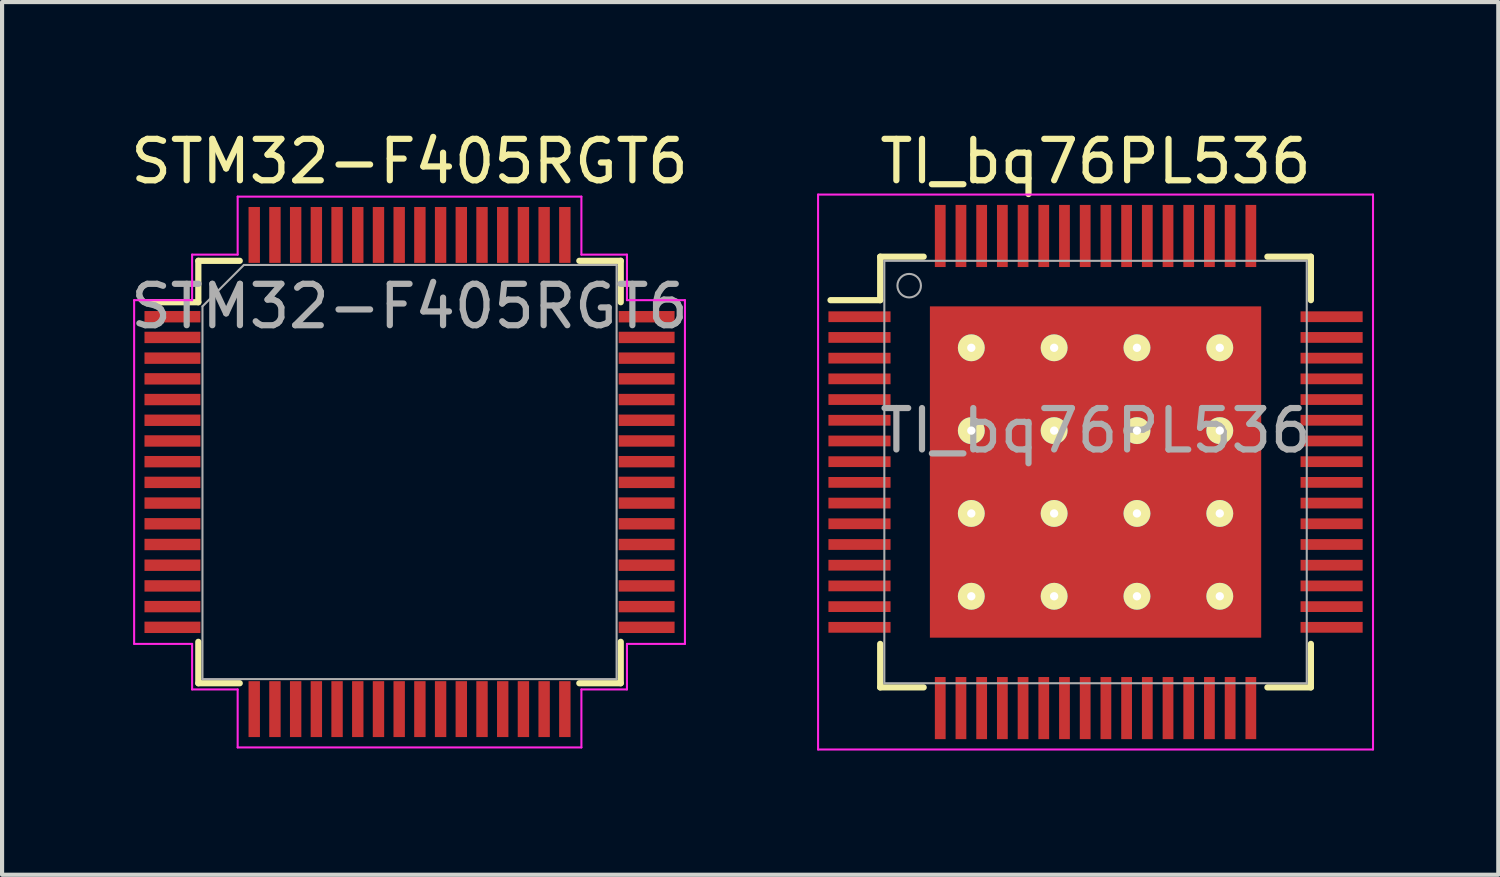
<source format=kicad_pcb>
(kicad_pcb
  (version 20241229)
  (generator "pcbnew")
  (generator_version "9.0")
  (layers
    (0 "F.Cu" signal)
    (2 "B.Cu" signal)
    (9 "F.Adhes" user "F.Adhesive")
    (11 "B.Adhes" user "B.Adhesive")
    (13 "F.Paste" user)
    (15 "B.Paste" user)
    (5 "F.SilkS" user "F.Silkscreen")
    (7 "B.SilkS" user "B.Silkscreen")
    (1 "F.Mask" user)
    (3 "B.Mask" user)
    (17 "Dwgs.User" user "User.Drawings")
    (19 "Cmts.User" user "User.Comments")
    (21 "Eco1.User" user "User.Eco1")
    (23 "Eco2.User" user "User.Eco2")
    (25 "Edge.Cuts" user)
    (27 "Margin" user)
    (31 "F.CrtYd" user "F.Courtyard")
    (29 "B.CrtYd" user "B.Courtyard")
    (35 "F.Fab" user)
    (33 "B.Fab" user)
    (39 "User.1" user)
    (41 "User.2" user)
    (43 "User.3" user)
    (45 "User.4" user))
  (footprint "STM32-F405RGT6"
    (layer "F.Cu")
    (at 6.839 8.348)
    (property "Reference" "STM32-F405RGT6" (at 0 -4 0) (layer "F.Fab") (effects (font (size 1 1) (thickness 0.15))))
    (attr through_hole)
    (fp_line (start -5.1 -5.1) (end -5.1 -4.1) (stroke (width 0.15) (type solid)) (layer "F.SilkS"))
    (fp_line (start -5.1 -4.1) (end -6.4 -4.1) (stroke (width 0.15) (type solid)) (layer "F.SilkS"))
    (fp_line (start -5.1 5.1) (end -5.1 4.1) (stroke (width 0.15) (type solid)) (layer "F.SilkS"))
    (fp_line (start -4.1 -5.1) (end -5.1 -5.1) (stroke (width 0.15) (type solid)) (layer "F.SilkS"))
    (fp_line (start -4.1 5.1) (end -5.1 5.1) (stroke (width 0.15) (type solid)) (layer "F.SilkS"))
    (fp_line (start 4.1 -5.1) (end 5.1 -5.1) (stroke (width 0.15) (type solid)) (layer "F.SilkS"))
    (fp_line (start 5.1 -5.1) (end 5.1 -4.1) (stroke (width 0.15) (type solid)) (layer "F.SilkS"))
    (fp_line (start 5.1 4.1) (end 5.1 5.1) (stroke (width 0.15) (type solid)) (layer "F.SilkS"))
    (fp_line (start 5.1 5.1) (end 4.1 5.1) (stroke (width 0.15) (type solid)) (layer "F.SilkS"))
    (fp_line (start -6.65 -4.15) (end -5.25 -4.15) (stroke (width 0.05) (type solid)) (layer "F.CrtYd"))
    (fp_line (start -6.65 4.15) (end -6.65 -4.15) (stroke (width 0.05) (type solid)) (layer "F.CrtYd"))
    (fp_line (start -5.25 -5.25) (end -4.15 -5.25) (stroke (width 0.05) (type solid)) (layer "F.CrtYd"))
    (fp_line (start -5.25 -4.15) (end -5.25 -5.25) (stroke (width 0.05) (type solid)) (layer "F.CrtYd"))
    (fp_line (start -5.25 4.15) (end -6.65 4.15) (stroke (width 0.05) (type solid)) (layer "F.CrtYd"))
    (fp_line (start -5.25 5.25) (end -5.25 4.15) (stroke (width 0.05) (type solid)) (layer "F.CrtYd"))
    (fp_line (start -4.15 -6.65) (end 4.15 -6.65) (stroke (width 0.05) (type solid)) (layer "F.CrtYd"))
    (fp_line (start -4.15 -5.25) (end -4.15 -6.65) (stroke (width 0.05) (type solid)) (layer "F.CrtYd"))
    (fp_line (start -4.15 5.25) (end -5.25 5.25) (stroke (width 0.05) (type solid)) (layer "F.CrtYd"))
    (fp_line (start -4.15 6.65) (end -4.15 5.25) (stroke (width 0.05) (type solid)) (layer "F.CrtYd"))
    (fp_line (start 4.15 -6.65) (end 4.15 -5.25) (stroke (width 0.05) (type solid)) (layer "F.CrtYd"))
    (fp_line (start 4.15 -5.25) (end 5.25 -5.25) (stroke (width 0.05) (type solid)) (layer "F.CrtYd"))
    (fp_line (start 4.15 5.25) (end 4.15 6.65) (stroke (width 0.05) (type solid)) (layer "F.CrtYd"))
    (fp_line (start 4.15 6.65) (end -4.15 6.65) (stroke (width 0.05) (type solid)) (layer "F.CrtYd"))
    (fp_line (start 5.25 -5.25) (end 5.25 -4.15) (stroke (width 0.05) (type solid)) (layer "F.CrtYd"))
    (fp_line (start 5.25 -4.15) (end 6.65 -4.15) (stroke (width 0.05) (type solid)) (layer "F.CrtYd"))
    (fp_line (start 5.25 4.15) (end 5.25 5.25) (stroke (width 0.05) (type solid)) (layer "F.CrtYd"))
    (fp_line (start 5.25 5.25) (end 4.15 5.25) (stroke (width 0.05) (type solid)) (layer "F.CrtYd"))
    (fp_line (start 6.65 -4.15) (end 6.65 4.15) (stroke (width 0.05) (type solid)) (layer "F.CrtYd"))
    (fp_line (start 6.65 4.15) (end 5.25 4.15) (stroke (width 0.05) (type solid)) (layer "F.CrtYd"))
    (fp_line (start -5 -4) (end -5 5) (stroke (width 0.05) (type solid)) (layer "F.Fab"))
    (fp_line (start -5 5) (end 5 5) (stroke (width 0.05) (type solid)) (layer "F.Fab"))
    (fp_line (start -4 -5) (end -5 -4) (stroke (width 0.05) (type solid)) (layer "F.Fab"))
    (fp_line (start 5 -5) (end -4 -5) (stroke (width 0.05) (type solid)) (layer "F.Fab"))
    (fp_line (start 5 5) (end 5 -5) (stroke (width 0.05) (type solid)) (layer "F.Fab"))
    (fp_text user "${REFERENCE}" (at 0 -7.5 0) (layer "F.SilkS") (effects (font (size 1 1) (thickness 0.15))))
    (pad "1" smd rect (at -5.725 -3.75) (size 1.35 0.275) (layers "F.Cu" "F.Mask" "F.Paste"))
    (pad "2" smd rect (at -5.725 -3.25) (size 1.35 0.275) (layers "F.Cu" "F.Mask" "F.Paste"))
    (pad "3" smd rect (at -5.725 -2.75) (size 1.35 0.275) (layers "F.Cu" "F.Mask" "F.Paste"))
    (pad "4" smd rect (at -5.725 -2.25) (size 1.35 0.275) (layers "F.Cu" "F.Mask" "F.Paste"))
    (pad "5" smd rect (at -5.725 -1.75) (size 1.35 0.275) (layers "F.Cu" "F.Mask" "F.Paste"))
    (pad "6" smd rect (at -5.725 -1.25) (size 1.35 0.275) (layers "F.Cu" "F.Mask" "F.Paste"))
    (pad "7" smd rect (at -5.725 -0.75) (size 1.35 0.275) (layers "F.Cu" "F.Mask" "F.Paste"))
    (pad "8" smd rect (at -5.725 -0.25) (size 1.35 0.275) (layers "F.Cu" "F.Mask" "F.Paste"))
    (pad "9" smd rect (at -5.725 0.25) (size 1.35 0.275) (layers "F.Cu" "F.Mask" "F.Paste"))
    (pad "10" smd rect (at -5.725 0.75) (size 1.35 0.275) (layers "F.Cu" "F.Mask" "F.Paste"))
    (pad "11" smd rect (at -5.725 1.25) (size 1.35 0.275) (layers "F.Cu" "F.Mask" "F.Paste"))
    (pad "12" smd rect (at -5.725 1.75) (size 1.35 0.275) (layers "F.Cu" "F.Mask" "F.Paste"))
    (pad "13" smd rect (at -5.725 2.25) (size 1.35 0.275) (layers "F.Cu" "F.Mask" "F.Paste"))
    (pad "14" smd rect (at -5.725 2.75) (size 1.35 0.275) (layers "F.Cu" "F.Mask" "F.Paste"))
    (pad "15" smd rect (at -5.725 3.25) (size 1.35 0.275) (layers "F.Cu" "F.Mask" "F.Paste"))
    (pad "16" smd rect (at -5.725 3.75) (size 1.35 0.275) (layers "F.Cu" "F.Mask" "F.Paste"))
    (pad "17" smd rect (at -3.75 5.725 90) (size 1.35 0.275) (layers "F.Cu" "F.Mask" "F.Paste"))
    (pad "18" smd rect (at -3.25 5.725 90) (size 1.35 0.275) (layers "F.Cu" "F.Mask" "F.Paste"))
    (pad "19" smd rect (at -2.75 5.725 90) (size 1.35 0.275) (layers "F.Cu" "F.Mask" "F.Paste"))
    (pad "20" smd rect (at -2.25 5.725 90) (size 1.35 0.275) (layers "F.Cu" "F.Mask" "F.Paste"))
    (pad "21" smd rect (at -1.75 5.725 90) (size 1.35 0.275) (layers "F.Cu" "F.Mask" "F.Paste"))
    (pad "22" smd rect (at -1.25 5.725 90) (size 1.35 0.275) (layers "F.Cu" "F.Mask" "F.Paste"))
    (pad "23" smd rect (at -0.75 5.725 90) (size 1.35 0.275) (layers "F.Cu" "F.Mask" "F.Paste"))
    (pad "24" smd rect (at -0.25 5.725 90) (size 1.35 0.275) (layers "F.Cu" "F.Mask" "F.Paste"))
    (pad "25" smd rect (at 0.25 5.725 90) (size 1.35 0.275) (layers "F.Cu" "F.Mask" "F.Paste"))
    (pad "26" smd rect (at 0.75 5.725 90) (size 1.35 0.275) (layers "F.Cu" "F.Mask" "F.Paste"))
    (pad "27" smd rect (at 1.25 5.725 90) (size 1.35 0.275) (layers "F.Cu" "F.Mask" "F.Paste"))
    (pad "28" smd rect (at 1.75 5.725 90) (size 1.35 0.275) (layers "F.Cu" "F.Mask" "F.Paste"))
    (pad "29" smd rect (at 2.25 5.725 90) (size 1.35 0.275) (layers "F.Cu" "F.Mask" "F.Paste"))
    (pad "30" smd rect (at 2.75 5.725 90) (size 1.35 0.275) (layers "F.Cu" "F.Mask" "F.Paste"))
    (pad "31" smd rect (at 3.25 5.725 90) (size 1.35 0.275) (layers "F.Cu" "F.Mask" "F.Paste"))
    (pad "32" smd rect (at 3.75 5.725 90) (size 1.35 0.275) (layers "F.Cu" "F.Mask" "F.Paste"))
    (pad "33" smd rect (at 5.725 3.75) (size 1.35 0.275) (layers "F.Cu" "F.Mask" "F.Paste"))
    (pad "34" smd rect (at 5.725 3.25) (size 1.35 0.275) (layers "F.Cu" "F.Mask" "F.Paste"))
    (pad "35" smd rect (at 5.725 2.75) (size 1.35 0.275) (layers "F.Cu" "F.Mask" "F.Paste"))
    (pad "36" smd rect (at 5.725 2.25) (size 1.35 0.275) (layers "F.Cu" "F.Mask" "F.Paste"))
    (pad "37" smd rect (at 5.725 1.75) (size 1.35 0.275) (layers "F.Cu" "F.Mask" "F.Paste"))
    (pad "38" smd rect (at 5.725 1.25) (size 1.35 0.275) (layers "F.Cu" "F.Mask" "F.Paste"))
    (pad "39" smd rect (at 5.725 0.75) (size 1.35 0.275) (layers "F.Cu" "F.Mask" "F.Paste"))
    (pad "40" smd rect (at 5.725 0.25) (size 1.35 0.275) (layers "F.Cu" "F.Mask" "F.Paste"))
    (pad "41" smd rect (at 5.725 -0.25) (size 1.35 0.275) (layers "F.Cu" "F.Mask" "F.Paste"))
    (pad "42" smd rect (at 5.725 -0.75) (size 1.35 0.275) (layers "F.Cu" "F.Mask" "F.Paste"))
    (pad "43" smd rect (at 5.725 -1.25) (size 1.35 0.275) (layers "F.Cu" "F.Mask" "F.Paste"))
    (pad "44" smd rect (at 5.725 -1.75) (size 1.35 0.275) (layers "F.Cu" "F.Mask" "F.Paste"))
    (pad "45" smd rect (at 5.725 -2.25) (size 1.35 0.275) (layers "F.Cu" "F.Mask" "F.Paste"))
    (pad "46" smd rect (at 5.725 -2.75) (size 1.35 0.275) (layers "F.Cu" "F.Mask" "F.Paste"))
    (pad "47" smd rect (at 5.725 -3.25) (size 1.35 0.275) (layers "F.Cu" "F.Mask" "F.Paste"))
    (pad "48" smd rect (at 5.725 -3.75) (size 1.35 0.275) (layers "F.Cu" "F.Mask" "F.Paste"))
    (pad "49" smd rect (at 3.75 -5.725 90) (size 1.35 0.275) (layers "F.Cu" "F.Mask" "F.Paste"))
    (pad "50" smd rect (at 3.25 -5.725 90) (size 1.35 0.275) (layers "F.Cu" "F.Mask" "F.Paste"))
    (pad "51" smd rect (at 2.75 -5.725 90) (size 1.35 0.275) (layers "F.Cu" "F.Mask" "F.Paste"))
    (pad "52" smd rect (at 2.25 -5.725 90) (size 1.35 0.275) (layers "F.Cu" "F.Mask" "F.Paste"))
    (pad "53" smd rect (at 1.75 -5.725 90) (size 1.35 0.275) (layers "F.Cu" "F.Mask" "F.Paste"))
    (pad "54" smd rect (at 1.25 -5.725 90) (size 1.35 0.275) (layers "F.Cu" "F.Mask" "F.Paste"))
    (pad "55" smd rect (at 0.75 -5.725 90) (size 1.35 0.275) (layers "F.Cu" "F.Mask" "F.Paste"))
    (pad "56" smd rect (at 0.25 -5.725 90) (size 1.35 0.275) (layers "F.Cu" "F.Mask" "F.Paste"))
    (pad "57" smd rect (at -0.25 -5.725 90) (size 1.35 0.275) (layers "F.Cu" "F.Mask" "F.Paste"))
    (pad "58" smd rect (at -0.75 -5.725 90) (size 1.35 0.275) (layers "F.Cu" "F.Mask" "F.Paste"))
    (pad "59" smd rect (at -1.25 -5.725 90) (size 1.35 0.275) (layers "F.Cu" "F.Mask" "F.Paste"))
    (pad "60" smd rect (at -1.75 -5.725 90) (size 1.35 0.275) (layers "F.Cu" "F.Mask" "F.Paste"))
    (pad "61" smd rect (at -2.25 -5.725 90) (size 1.35 0.275) (layers "F.Cu" "F.Mask" "F.Paste"))
    (pad "62" smd rect (at -2.75 -5.725 90) (size 1.35 0.275) (layers "F.Cu" "F.Mask" "F.Paste"))
    (pad "63" smd rect (at -3.25 -5.725 90) (size 1.35 0.275) (layers "F.Cu" "F.Mask" "F.Paste"))
    (pad "64" smd rect (at -3.75 -5.725 90) (size 1.35 0.275) (layers "F.Cu" "F.Mask" "F.Paste")))
  (footprint "TI_bq76PL536"
    (layer "F.Cu")
    (at 23.404 8.348)
    (property "Reference" "TI_bq76PL536" (at 0 -1 0) (layer "F.Fab") (effects (font (size 1 1) (thickness 0.15))))
    (attr smd)
    (fp_line (start -5.2 -5.2) (end -5.2 -4.15) (stroke (width 0.15) (type solid)) (layer "F.SilkS"))
    (fp_line (start -5.2 -5.2) (end -4.15 -5.2) (stroke (width 0.15) (type solid)) (layer "F.SilkS"))
    (fp_line (start -5.2 -4.15) (end -6.4 -4.15) (stroke (width 0.15) (type solid)) (layer "F.SilkS"))
    (fp_line (start -5.2 5.2) (end -5.2 4.15) (stroke (width 0.15) (type solid)) (layer "F.SilkS"))
    (fp_line (start -5.2 5.2) (end -4.15 5.2) (stroke (width 0.15) (type solid)) (layer "F.SilkS"))
    (fp_line (start 5.2 -5.2) (end 4.15 -5.2) (stroke (width 0.15) (type solid)) (layer "F.SilkS"))
    (fp_line (start 5.2 -5.2) (end 5.2 -4.15) (stroke (width 0.15) (type solid)) (layer "F.SilkS"))
    (fp_line (start 5.2 5.2) (end 4.15 5.2) (stroke (width 0.15) (type solid)) (layer "F.SilkS"))
    (fp_line (start 5.2 5.2) (end 5.2 4.15) (stroke (width 0.15) (type solid)) (layer "F.SilkS"))
    (fp_line (start -6.7 -6.7) (end -6.7 6.7) (stroke (width 0.05) (type solid)) (layer "F.CrtYd"))
    (fp_line (start -6.7 -6.7) (end 6.7 -6.7) (stroke (width 0.05) (type solid)) (layer "F.CrtYd"))
    (fp_line (start -6.7 6.7) (end 6.7 6.7) (stroke (width 0.05) (type solid)) (layer "F.CrtYd"))
    (fp_line (start 6.7 -6.7) (end 6.7 6.7) (stroke (width 0.05) (type solid)) (layer "F.CrtYd"))
    (fp_line (start -5.1 -5.1) (end 5.1 -5.1) (stroke (width 0.05) (type solid)) (layer "F.Fab"))
    (fp_line (start -5.1 5.1) (end -5.1 -5.1) (stroke (width 0.05) (type solid)) (layer "F.Fab"))
    (fp_line (start 5.1 -5.1) (end 5.1 5.1) (stroke (width 0.05) (type solid)) (layer "F.Fab"))
    (fp_line (start 5.1 5.1) (end -5.1 5.1) (stroke (width 0.05) (type solid)) (layer "F.Fab"))
    (fp_circle (center -4.5 -4.5) (end -4.246 -4.373) (stroke (width 0.05) (type solid)) (fill no) (layer "F.Fab"))
    (fp_text user "${REFERENCE}" (at 0 -7.5 0) (layer "F.SilkS") (effects (font (size 1 1) (thickness 0.15))))
    (pad "1" smd rect (at -5.7 -3.75) (size 1.5 0.26) (layers "F.Cu" "F.Mask" "F.Paste"))
    (pad "2" smd rect (at -5.7 -3.25) (size 1.5 0.26) (layers "F.Cu" "F.Mask" "F.Paste"))
    (pad "3" smd rect (at -5.7 -2.75) (size 1.5 0.26) (layers "F.Cu" "F.Mask" "F.Paste"))
    (pad "4" smd rect (at -5.7 -2.25) (size 1.5 0.26) (layers "F.Cu" "F.Mask" "F.Paste"))
    (pad "5" smd rect (at -5.7 -1.75) (size 1.5 0.26) (layers "F.Cu" "F.Mask" "F.Paste"))
    (pad "6" smd rect (at -5.7 -1.25) (size 1.5 0.26) (layers "F.Cu" "F.Mask" "F.Paste"))
    (pad "7" smd rect (at -5.7 -0.75) (size 1.5 0.26) (layers "F.Cu" "F.Mask" "F.Paste"))
    (pad "8" smd rect (at -5.7 -0.25) (size 1.5 0.26) (layers "F.Cu" "F.Mask" "F.Paste"))
    (pad "9" smd rect (at -5.7 0.25) (size 1.5 0.26) (layers "F.Cu" "F.Mask" "F.Paste"))
    (pad "10" smd rect (at -5.7 0.75) (size 1.5 0.26) (layers "F.Cu" "F.Mask" "F.Paste"))
    (pad "11" smd rect (at -5.7 1.25) (size 1.5 0.26) (layers "F.Cu" "F.Mask" "F.Paste"))
    (pad "12" smd rect (at -5.7 1.75) (size 1.5 0.26) (layers "F.Cu" "F.Mask" "F.Paste"))
    (pad "13" smd rect (at -5.7 2.25) (size 1.5 0.26) (layers "F.Cu" "F.Mask" "F.Paste"))
    (pad "14" smd rect (at -5.7 2.75) (size 1.5 0.26) (layers "F.Cu" "F.Mask" "F.Paste"))
    (pad "15" smd rect (at -5.7 3.25) (size 1.5 0.26) (layers "F.Cu" "F.Mask" "F.Paste"))
    (pad "16" smd rect (at -5.7 3.75) (size 1.5 0.26) (layers "F.Cu" "F.Mask" "F.Paste"))
    (pad "17" smd rect (at -3.75 5.7 90) (size 1.5 0.26) (layers "F.Cu" "F.Mask" "F.Paste"))
    (pad "18" smd rect (at -3.25 5.7 90) (size 1.5 0.26) (layers "F.Cu" "F.Mask" "F.Paste"))
    (pad "19" smd rect (at -2.75 5.7 90) (size 1.5 0.26) (layers "F.Cu" "F.Mask" "F.Paste"))
    (pad "20" smd rect (at -2.25 5.7 90) (size 1.5 0.26) (layers "F.Cu" "F.Mask" "F.Paste"))
    (pad "21" smd rect (at -1.75 5.7 90) (size 1.5 0.26) (layers "F.Cu" "F.Mask" "F.Paste"))
    (pad "22" smd rect (at -1.25 5.7 90) (size 1.5 0.26) (layers "F.Cu" "F.Mask" "F.Paste"))
    (pad "23" smd rect (at -0.75 5.7 90) (size 1.5 0.26) (layers "F.Cu" "F.Mask" "F.Paste"))
    (pad "24" smd rect (at -0.25 5.7 90) (size 1.5 0.26) (layers "F.Cu" "F.Mask" "F.Paste"))
    (pad "25" smd rect (at 0.25 5.7 90) (size 1.5 0.26) (layers "F.Cu" "F.Mask" "F.Paste"))
    (pad "26" smd rect (at 0.75 5.7 90) (size 1.5 0.26) (layers "F.Cu" "F.Mask" "F.Paste"))
    (pad "27" smd rect (at 1.25 5.7 90) (size 1.5 0.26) (layers "F.Cu" "F.Mask" "F.Paste"))
    (pad "28" smd rect (at 1.75 5.7 90) (size 1.5 0.26) (layers "F.Cu" "F.Mask" "F.Paste"))
    (pad "29" smd rect (at 2.25 5.7 90) (size 1.5 0.26) (layers "F.Cu" "F.Mask" "F.Paste"))
    (pad "30" smd rect (at 2.75 5.7 90) (size 1.5 0.26) (layers "F.Cu" "F.Mask" "F.Paste"))
    (pad "31" smd rect (at 3.25 5.7 90) (size 1.5 0.26) (layers "F.Cu" "F.Mask" "F.Paste"))
    (pad "32" smd rect (at 3.75 5.7 90) (size 1.5 0.26) (layers "F.Cu" "F.Mask" "F.Paste"))
    (pad "33" smd rect (at 5.7 3.75) (size 1.5 0.26) (layers "F.Cu" "F.Mask" "F.Paste"))
    (pad "34" smd rect (at 5.7 3.25) (size 1.5 0.26) (layers "F.Cu" "F.Mask" "F.Paste"))
    (pad "35" smd rect (at 5.7 2.75) (size 1.5 0.26) (layers "F.Cu" "F.Mask" "F.Paste"))
    (pad "36" smd rect (at 5.7 2.25) (size 1.5 0.26) (layers "F.Cu" "F.Mask" "F.Paste"))
    (pad "37" smd rect (at 5.7 1.75) (size 1.5 0.26) (layers "F.Cu" "F.Mask" "F.Paste"))
    (pad "38" smd rect (at 5.7 1.25) (size 1.5 0.26) (layers "F.Cu" "F.Mask" "F.Paste"))
    (pad "39" smd rect (at 5.7 0.75) (size 1.5 0.26) (layers "F.Cu" "F.Mask" "F.Paste"))
    (pad "40" smd rect (at 5.7 0.25) (size 1.5 0.26) (layers "F.Cu" "F.Mask" "F.Paste"))
    (pad "41" smd rect (at 5.7 -0.25) (size 1.5 0.26) (layers "F.Cu" "F.Mask" "F.Paste"))
    (pad "42" smd rect (at 5.7 -0.75) (size 1.5 0.26) (layers "F.Cu" "F.Mask" "F.Paste"))
    (pad "43" smd rect (at 5.7 -1.25) (size 1.5 0.26) (layers "F.Cu" "F.Mask" "F.Paste"))
    (pad "44" smd rect (at 5.7 -1.75) (size 1.5 0.26) (layers "F.Cu" "F.Mask" "F.Paste"))
    (pad "45" smd rect (at 5.7 -2.25) (size 1.5 0.26) (layers "F.Cu" "F.Mask" "F.Paste"))
    (pad "46" smd rect (at 5.7 -2.75) (size 1.5 0.26) (layers "F.Cu" "F.Mask" "F.Paste"))
    (pad "47" smd rect (at 5.7 -3.25) (size 1.5 0.26) (layers "F.Cu" "F.Mask" "F.Paste"))
    (pad "48" smd rect (at 5.7 -3.75) (size 1.5 0.26) (layers "F.Cu" "F.Mask" "F.Paste"))
    (pad "49" smd rect (at 3.75 -5.7 90) (size 1.5 0.26) (layers "F.Cu" "F.Mask" "F.Paste"))
    (pad "50" smd rect (at 3.25 -5.7 90) (size 1.5 0.26) (layers "F.Cu" "F.Mask" "F.Paste"))
    (pad "51" smd rect (at 2.75 -5.7 90) (size 1.5 0.26) (layers "F.Cu" "F.Mask" "F.Paste"))
    (pad "52" smd rect (at 2.25 -5.7 90) (size 1.5 0.26) (layers "F.Cu" "F.Mask" "F.Paste"))
    (pad "53" smd rect (at 1.75 -5.7 90) (size 1.5 0.26) (layers "F.Cu" "F.Mask" "F.Paste"))
    (pad "54" smd rect (at 1.25 -5.7 90) (size 1.5 0.26) (layers "F.Cu" "F.Mask" "F.Paste"))
    (pad "55" smd rect (at 0.75 -5.7 90) (size 1.5 0.26) (layers "F.Cu" "F.Mask" "F.Paste"))
    (pad "56" smd rect (at 0.25 -5.7 90) (size 1.5 0.26) (layers "F.Cu" "F.Mask" "F.Paste"))
    (pad "57" smd rect (at -0.25 -5.7 90) (size 1.5 0.26) (layers "F.Cu" "F.Mask" "F.Paste"))
    (pad "58" smd rect (at -0.75 -5.7 90) (size 1.5 0.26) (layers "F.Cu" "F.Mask" "F.Paste"))
    (pad "59" smd rect (at -1.25 -5.7 90) (size 1.5 0.26) (layers "F.Cu" "F.Mask" "F.Paste"))
    (pad "60" smd rect (at -1.75 -5.7 90) (size 1.5 0.26) (layers "F.Cu" "F.Mask" "F.Paste"))
    (pad "61" smd rect (at -2.25 -5.7 90) (size 1.5 0.26) (layers "F.Cu" "F.Mask" "F.Paste"))
    (pad "62" smd rect (at -2.75 -5.7 90) (size 1.5 0.26) (layers "F.Cu" "F.Mask" "F.Paste"))
    (pad "63" smd rect (at -3.25 -5.7 90) (size 1.5 0.26) (layers "F.Cu" "F.Mask" "F.Paste"))
    (pad "64" smd rect (at -3.75 -5.7 90) (size 1.5 0.26) (layers "F.Cu" "F.Mask" "F.Paste"))
    (pad "65" thru_hole circle (at -3 -3) (size 0.65 0.65) (drill 0.2) (layers "*.Cu" "B.Mask" "F.SilkS"))
    (pad "65" thru_hole circle (at -3 -1) (size 0.65 0.65) (drill 0.2) (layers "*.Cu" "B.Mask" "F.SilkS"))
    (pad "65" thru_hole circle (at -3 1) (size 0.65 0.65) (drill 0.2) (layers "*.Cu" "B.Mask" "F.SilkS"))
    (pad "65" thru_hole circle (at -3 3) (size 0.65 0.65) (drill 0.2) (layers "*.Cu" "B.Mask" "F.SilkS"))
    (pad "65" thru_hole circle (at -1 -3) (size 0.65 0.65) (drill 0.2) (layers "*.Cu" "B.Mask" "F.SilkS"))
    (pad "65" thru_hole circle (at -1 -1) (size 0.65 0.65) (drill 0.2) (layers "*.Cu" "*.Mask" "F.SilkS"))
    (pad "65" thru_hole circle (at -1 1) (size 0.65 0.65) (drill 0.2) (layers "*.Cu" "*.Mask" "F.SilkS"))
    (pad "65" thru_hole circle (at -1 3) (size 0.65 0.65) (drill 0.2) (layers "*.Cu" "B.Mask" "F.SilkS"))
    (pad "65" smd rect (at 0 0) (size 8 8) (layers "F.Cu" "F.Mask" "F.Paste"))
    (pad "65" thru_hole circle (at 1 -3) (size 0.65 0.65) (drill 0.2) (layers "*.Cu" "B.Mask" "F.SilkS"))
    (pad "65" thru_hole circle (at 1 -1) (size 0.65 0.65) (drill 0.2) (layers "*.Cu" "*.Mask" "F.SilkS"))
    (pad "65" thru_hole circle (at 1 1) (size 0.65 0.65) (drill 0.2) (layers "*.Cu" "*.Mask" "F.SilkS"))
    (pad "65" thru_hole circle (at 1 3) (size 0.65 0.65) (drill 0.2) (layers "*.Cu" "B.Mask" "F.SilkS"))
    (pad "65" thru_hole circle (at 3 -3) (size 0.65 0.65) (drill 0.2) (layers "*.Cu" "B.Mask" "F.SilkS"))
    (pad "65" thru_hole circle (at 3 -1) (size 0.65 0.65) (drill 0.2) (layers "*.Cu" "B.Mask" "F.SilkS"))
    (pad "65" thru_hole circle (at 3 1) (size 0.65 0.65) (drill 0.2) (layers "*.Cu" "B.Mask" "F.SilkS"))
    (pad "65" thru_hole circle (at 3 3) (size 0.65 0.65) (drill 0.2) (layers "*.Cu" "B.Mask" "F.SilkS")))
  (gr_rect
    (start -3 -3)
    (end 33.129 18.073)
    (stroke (width 0.1) (type default))
    (fill no)
    (layer "Edge.Cuts")))
</source>
